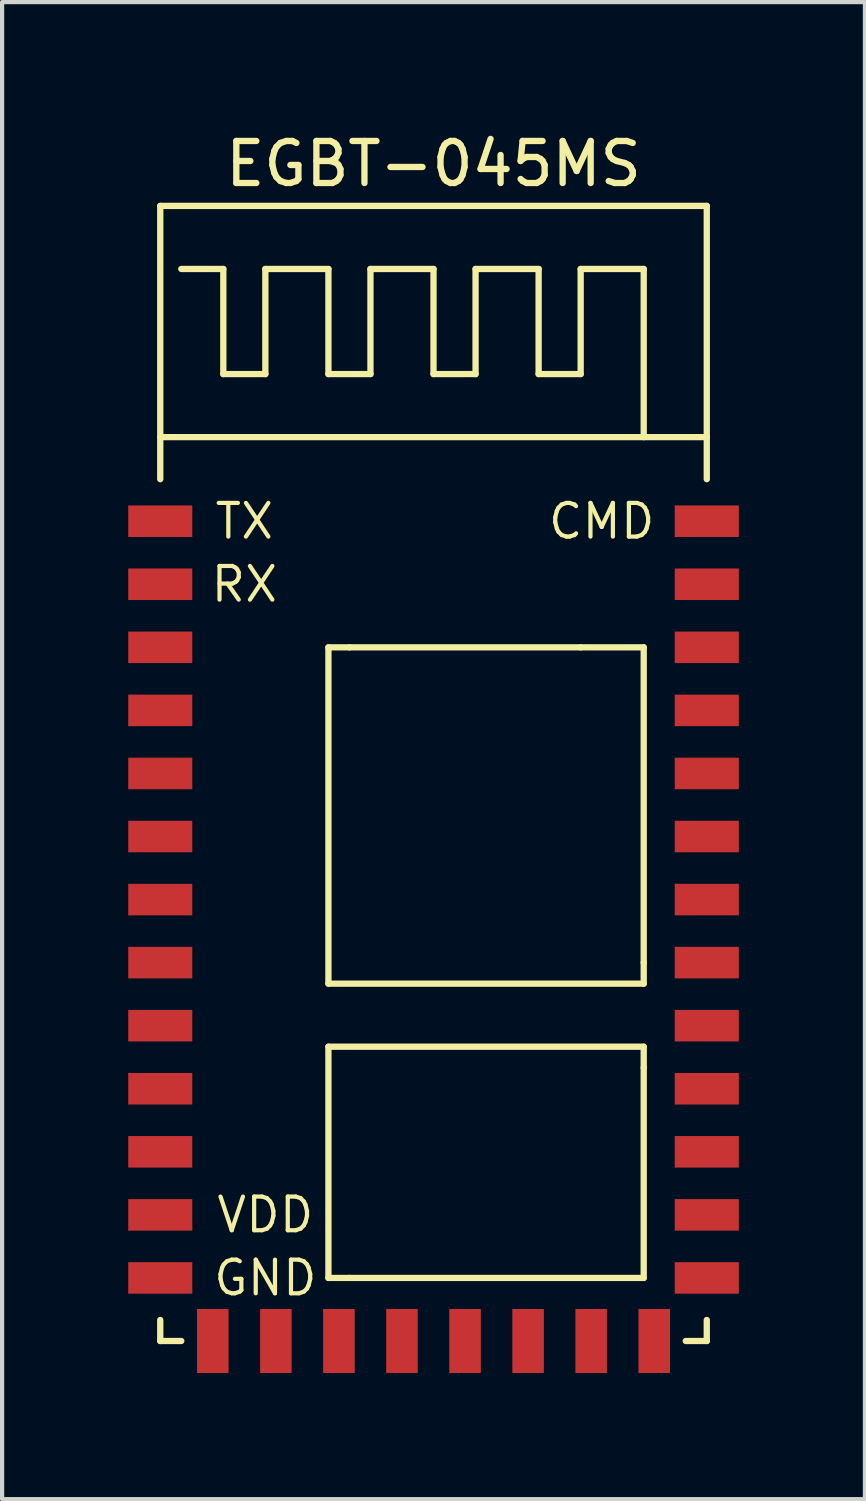
<source format=kicad_pcb>
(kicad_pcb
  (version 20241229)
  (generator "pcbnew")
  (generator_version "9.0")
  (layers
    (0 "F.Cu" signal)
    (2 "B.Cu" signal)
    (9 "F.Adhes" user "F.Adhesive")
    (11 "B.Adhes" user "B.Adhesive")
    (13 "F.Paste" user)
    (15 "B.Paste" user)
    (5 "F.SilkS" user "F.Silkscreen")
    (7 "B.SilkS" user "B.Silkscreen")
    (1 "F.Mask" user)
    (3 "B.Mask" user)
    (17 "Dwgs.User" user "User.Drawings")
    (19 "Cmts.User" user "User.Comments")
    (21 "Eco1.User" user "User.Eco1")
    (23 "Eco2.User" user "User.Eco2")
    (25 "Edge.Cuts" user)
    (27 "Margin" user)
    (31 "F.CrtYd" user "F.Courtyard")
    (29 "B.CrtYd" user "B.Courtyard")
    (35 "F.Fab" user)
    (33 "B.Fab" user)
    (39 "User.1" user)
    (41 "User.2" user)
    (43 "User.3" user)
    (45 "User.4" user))
  (footprint "EGBT-045MS"
    (layer "F.Cu")
    (at 7.262 28.848)
    (property "Reference" "EGBT-045MS" (at 0 -28 0) (layer "F.SilkS") (effects (font (size 1 1) (thickness 0.15))))
    (attr through_hole)
    (fp_line (start -6.5 -27) (end -6.5 -20.5) (stroke (width 0.15) (type solid)) (layer "F.SilkS"))
    (fp_line (start -6.5 -27) (end 6.5 -27) (stroke (width 0.15) (type solid)) (layer "F.SilkS"))
    (fp_line (start -6.5 -0.5) (end -6.5 0) (stroke (width 0.15) (type solid)) (layer "F.SilkS"))
    (fp_line (start -6.5 0) (end -6 0) (stroke (width 0.15) (type solid)) (layer "F.SilkS"))
    (fp_line (start -5 -25.5) (end -6 -25.5) (stroke (width 0.15) (type solid)) (layer "F.SilkS"))
    (fp_line (start -5 -23) (end -5 -25.5) (stroke (width 0.15) (type solid)) (layer "F.SilkS"))
    (fp_line (start -4 -25.5) (end -4 -23) (stroke (width 0.15) (type solid)) (layer "F.SilkS"))
    (fp_line (start -4 -23) (end -5 -23) (stroke (width 0.15) (type solid)) (layer "F.SilkS"))
    (fp_line (start -2.5 -25.5) (end -4 -25.5) (stroke (width 0.15) (type solid)) (layer "F.SilkS"))
    (fp_line (start -2.5 -23) (end -2.5 -25.5) (stroke (width 0.15) (type solid)) (layer "F.SilkS"))
    (fp_line (start -2.5 -16.5) (end -2 -16.5) (stroke (width 0.15) (type solid)) (layer "F.SilkS"))
    (fp_line (start -2.5 -8.5) (end -2.5 -16.5) (stroke (width 0.15) (type solid)) (layer "F.SilkS"))
    (fp_line (start -2.5 -7) (end -2.5 -1.5) (stroke (width 0.15) (type solid)) (layer "F.SilkS"))
    (fp_line (start -2.5 -1.5) (end -2 -1.5) (stroke (width 0.15) (type solid)) (layer "F.SilkS"))
    (fp_line (start -1.5 -25.5) (end -1.5 -23) (stroke (width 0.15) (type solid)) (layer "F.SilkS"))
    (fp_line (start -1.5 -23) (end -2.5 -23) (stroke (width 0.15) (type solid)) (layer "F.SilkS"))
    (fp_line (start 0 -25.5) (end -1.5 -25.5) (stroke (width 0.15) (type solid)) (layer "F.SilkS"))
    (fp_line (start 0 -23) (end 0 -25.5) (stroke (width 0.15) (type solid)) (layer "F.SilkS"))
    (fp_line (start 1 -25.5) (end 1 -23) (stroke (width 0.15) (type solid)) (layer "F.SilkS"))
    (fp_line (start 1 -23) (end 0 -23) (stroke (width 0.15) (type solid)) (layer "F.SilkS"))
    (fp_line (start 2.5 -25.5) (end 1 -25.5) (stroke (width 0.15) (type solid)) (layer "F.SilkS"))
    (fp_line (start 2.5 -23) (end 2.5 -25.5) (stroke (width 0.15) (type solid)) (layer "F.SilkS"))
    (fp_line (start 3.5 -25.5) (end 3.5 -23) (stroke (width 0.15) (type solid)) (layer "F.SilkS"))
    (fp_line (start 3.5 -23) (end 2.5 -23) (stroke (width 0.15) (type solid)) (layer "F.SilkS"))
    (fp_line (start 3.5 -16.5) (end -2 -16.5) (stroke (width 0.15) (type solid)) (layer "F.SilkS"))
    (fp_line (start 5 -25.5) (end 3.5 -25.5) (stroke (width 0.15) (type solid)) (layer "F.SilkS"))
    (fp_line (start 5 -21.5) (end 5 -25.5) (stroke (width 0.15) (type solid)) (layer "F.SilkS"))
    (fp_line (start 5 -16.5) (end 3.5 -16.5) (stroke (width 0.15) (type solid)) (layer "F.SilkS"))
    (fp_line (start 5 -16.5) (end 5 -9) (stroke (width 0.15) (type solid)) (layer "F.SilkS"))
    (fp_line (start 5 -9) (end 5 -8.5) (stroke (width 0.15) (type solid)) (layer "F.SilkS"))
    (fp_line (start 5 -8.5) (end -2.5 -8.5) (stroke (width 0.15) (type solid)) (layer "F.SilkS"))
    (fp_line (start 5 -7) (end -2.5 -7) (stroke (width 0.15) (type solid)) (layer "F.SilkS"))
    (fp_line (start 5 -6.5) (end 5 -7) (stroke (width 0.15) (type solid)) (layer "F.SilkS"))
    (fp_line (start 5 -6.5) (end 5 -1.5) (stroke (width 0.15) (type solid)) (layer "F.SilkS"))
    (fp_line (start 5 -1.5) (end -2 -1.5) (stroke (width 0.15) (type solid)) (layer "F.SilkS"))
    (fp_line (start 6 0) (end 6.5 0) (stroke (width 0.15) (type solid)) (layer "F.SilkS"))
    (fp_line (start 6.5 -27) (end 6.5 -21.5) (stroke (width 0.15) (type solid)) (layer "F.SilkS"))
    (fp_line (start 6.5 -21.5) (end -6.5 -21.5) (stroke (width 0.15) (type solid)) (layer "F.SilkS"))
    (fp_line (start 6.5 -21.5) (end 6.5 -20.5) (stroke (width 0.15) (type solid)) (layer "F.SilkS"))
    (fp_line (start 6.5 0) (end 6.5 -0.5) (stroke (width 0.15) (type solid)) (layer "F.SilkS"))
    (fp_text user "GND" (at -4 -1.5 0) (layer "F.SilkS") (effects (font (size 0.8 0.8) (thickness 0.1))))
    (fp_text user "RX" (at -4.5 -18 0) (layer "F.SilkS") (effects (font (size 0.8 0.8) (thickness 0.1))))
    (fp_text user "TX" (at -4.5 -19.5 0) (layer "F.SilkS") (effects (font (size 0.8 0.8) (thickness 0.1))))
    (fp_text user "VDD" (at -4 -3 0) (layer "F.SilkS") (effects (font (size 0.8 0.8) (thickness 0.1))))
    (fp_text user "CMD" (at 4 -19.5 0) (layer "F.SilkS") (effects (font (size 0.8 0.8) (thickness 0.1))))
    (pad "1" smd rect (at -6.5 -19.5) (size 1.524 0.75) (layers "F.Cu" "F.Mask" "F.Paste"))
    (pad "2" smd rect (at -6.5 -18) (size 1.524 0.75) (layers "F.Cu" "F.Mask" "F.Paste"))
    (pad "3" smd rect (at -6.5 -16.5) (size 1.524 0.75) (layers "F.Cu" "F.Mask" "F.Paste"))
    (pad "4" smd rect (at -6.5 -15) (size 1.524 0.75) (layers "F.Cu" "F.Mask" "F.Paste"))
    (pad "5" smd rect (at -6.5 -13.5) (size 1.524 0.75) (layers "F.Cu" "F.Mask" "F.Paste"))
    (pad "6" smd rect (at -6.5 -12) (size 1.524 0.75) (layers "F.Cu" "F.Mask" "F.Paste"))
    (pad "7" smd rect (at -6.5 -10.5) (size 1.524 0.75) (layers "F.Cu" "F.Mask" "F.Paste"))
    (pad "8" smd rect (at -6.5 -9) (size 1.524 0.75) (layers "F.Cu" "F.Mask" "F.Paste"))
    (pad "9" smd rect (at -6.5 -7.5) (size 1.524 0.75) (layers "F.Cu" "F.Mask" "F.Paste"))
    (pad "10" smd rect (at -6.5 -6) (size 1.524 0.75) (layers "F.Cu" "F.Mask" "F.Paste"))
    (pad "11" smd rect (at -6.5 -4.5) (size 1.524 0.75) (layers "F.Cu" "F.Mask" "F.Paste"))
    (pad "12" smd rect (at -6.5 -3) (size 1.524 0.75) (layers "F.Cu" "F.Mask" "F.Paste"))
    (pad "13" smd rect (at -6.5 -1.5) (size 1.524 0.75) (layers "F.Cu" "F.Mask" "F.Paste"))
    (pad "14" smd rect (at -5.25 0 90) (size 1.524 0.75) (layers "F.Cu" "F.Mask" "F.Paste"))
    (pad "15" smd rect (at -3.75 0 90) (size 1.524 0.75) (layers "F.Cu" "F.Mask" "F.Paste"))
    (pad "16" smd rect (at -2.25 0 90) (size 1.524 0.75) (layers "F.Cu" "F.Mask" "F.Paste"))
    (pad "17" smd rect (at -0.75 0 90) (size 1.524 0.75) (layers "F.Cu" "F.Mask" "F.Paste"))
    (pad "18" smd rect (at 0.75 0 90) (size 1.524 0.75) (layers "F.Cu" "F.Mask" "F.Paste"))
    (pad "19" smd rect (at 2.25 0 90) (size 1.524 0.75) (layers "F.Cu" "F.Mask" "F.Paste"))
    (pad "20" smd rect (at 3.75 0 90) (size 1.524 0.75) (layers "F.Cu" "F.Mask" "F.Paste"))
    (pad "21" smd rect (at 5.25 0 90) (size 1.524 0.75) (layers "F.Cu" "F.Mask" "F.Paste"))
    (pad "22" smd rect (at 6.5 -1.5) (size 1.524 0.75) (layers "F.Cu" "F.Mask" "F.Paste"))
    (pad "23" smd rect (at 6.5 -3) (size 1.524 0.75) (layers "F.Cu" "F.Mask" "F.Paste"))
    (pad "24" smd rect (at 6.5 -4.5) (size 1.524 0.75) (layers "F.Cu" "F.Mask" "F.Paste"))
    (pad "25" smd rect (at 6.5 -6) (size 1.524 0.75) (layers "F.Cu" "F.Mask" "F.Paste"))
    (pad "26" smd rect (at 6.5 -7.5) (size 1.524 0.75) (layers "F.Cu" "F.Mask" "F.Paste"))
    (pad "27" smd rect (at 6.5 -9) (size 1.524 0.75) (layers "F.Cu" "F.Mask" "F.Paste"))
    (pad "28" smd rect (at 6.5 -10.5) (size 1.524 0.75) (layers "F.Cu" "F.Mask" "F.Paste"))
    (pad "29" smd rect (at 6.5 -12) (size 1.524 0.75) (layers "F.Cu" "F.Mask" "F.Paste"))
    (pad "30" smd rect (at 6.5 -13.5) (size 1.524 0.75) (layers "F.Cu" "F.Mask" "F.Paste"))
    (pad "31" smd rect (at 6.5 -15) (size 1.524 0.75) (layers "F.Cu" "F.Mask" "F.Paste"))
    (pad "32" smd rect (at 6.5 -16.5) (size 1.524 0.75) (layers "F.Cu" "F.Mask" "F.Paste"))
    (pad "33" smd rect (at 6.5 -18) (size 1.524 0.75) (layers "F.Cu" "F.Mask" "F.Paste"))
    (pad "34" smd rect (at 6.5 -19.5) (size 1.524 0.75) (layers "F.Cu" "F.Mask" "F.Paste")))
  (gr_rect
    (start -3 -3)
    (end 17.524 32.61)
    (stroke (width 0.1) (type default))
    (fill no)
    (layer "Edge.Cuts")))
</source>
